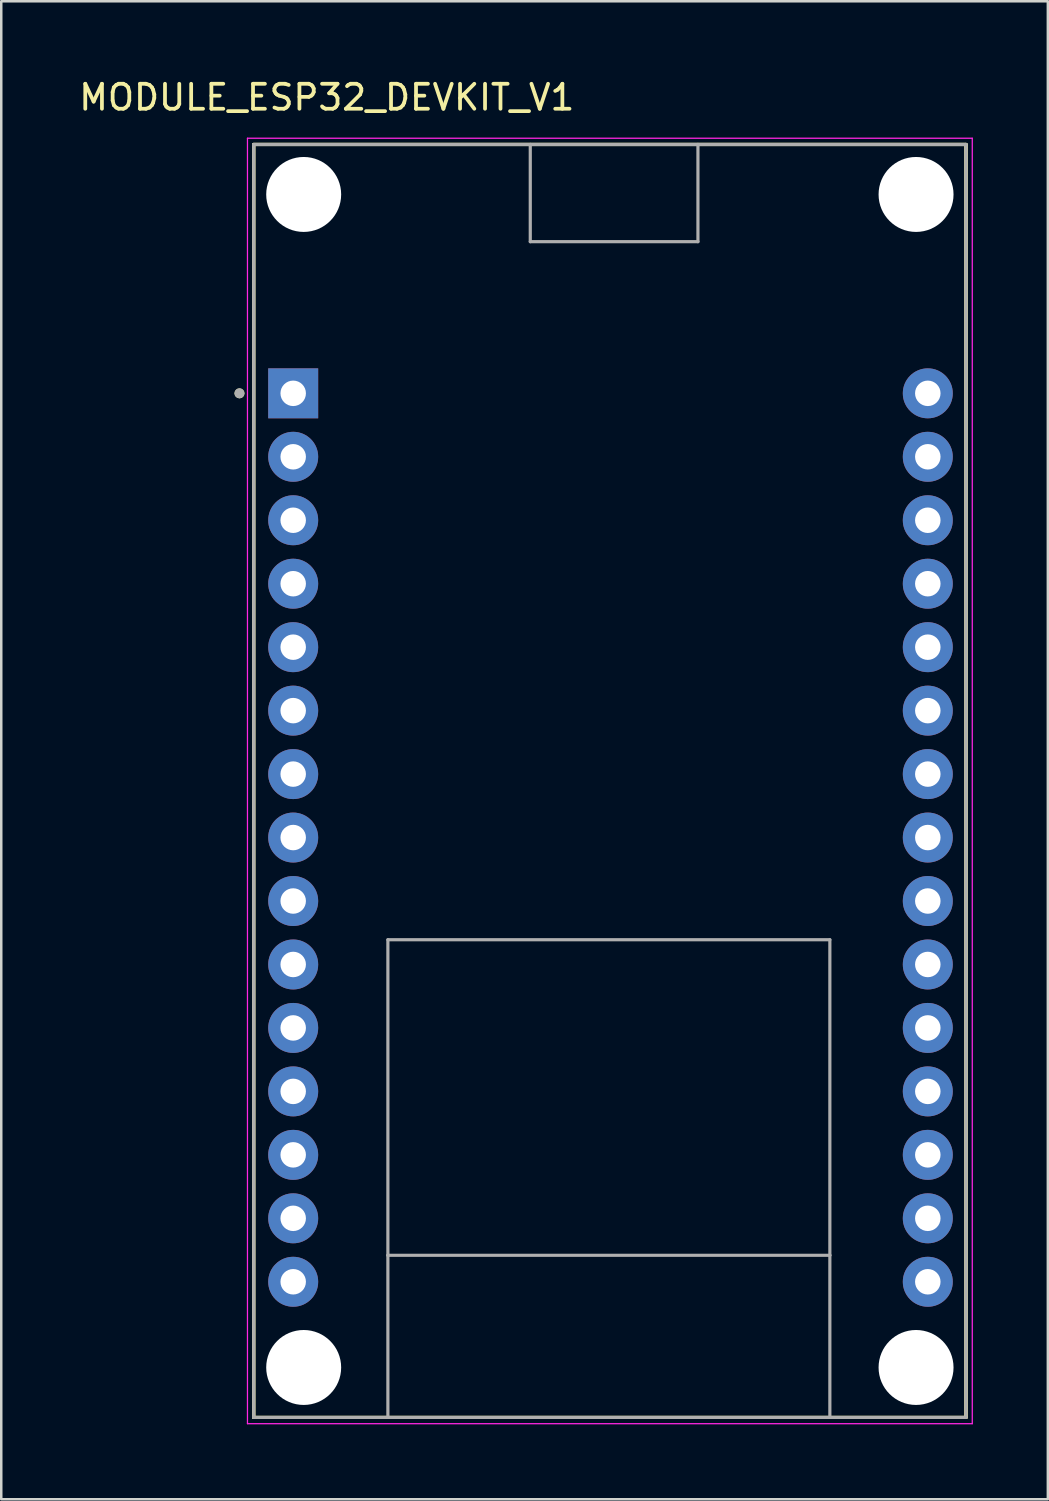
<source format=kicad_pcb>
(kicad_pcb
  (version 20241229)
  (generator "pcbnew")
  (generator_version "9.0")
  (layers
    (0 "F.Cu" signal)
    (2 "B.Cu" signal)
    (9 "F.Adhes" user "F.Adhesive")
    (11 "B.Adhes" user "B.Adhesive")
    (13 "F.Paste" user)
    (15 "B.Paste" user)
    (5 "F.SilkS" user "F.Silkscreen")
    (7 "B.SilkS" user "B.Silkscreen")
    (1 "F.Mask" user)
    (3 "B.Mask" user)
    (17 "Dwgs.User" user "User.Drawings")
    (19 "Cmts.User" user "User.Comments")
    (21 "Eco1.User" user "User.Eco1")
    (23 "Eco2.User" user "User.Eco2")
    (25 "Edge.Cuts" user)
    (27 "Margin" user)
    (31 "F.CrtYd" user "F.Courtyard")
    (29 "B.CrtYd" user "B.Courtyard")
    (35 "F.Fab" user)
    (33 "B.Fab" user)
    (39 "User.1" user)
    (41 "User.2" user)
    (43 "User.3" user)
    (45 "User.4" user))
  (footprint "MODULE_ESP32_DEVKIT_V1"
    (layer "F.Cu")
    (at 21.385 28.208)
    (property "Reference" "MODULE_ESP32_DEVKIT_V1" (at -11.355 -27.36 0) (layer "F.SilkS") (effects (font (size 1 1) (thickness 0.15))))
    (attr through_hole)
    (fp_line (start -14.28 -25.475) (end -3.211 -25.475) (stroke (width 0.127) (type solid)) (layer "F.SilkS"))
    (fp_line (start -14.28 -25.475) (end 14.23 -25.475) (stroke (width 0.127) (type solid)) (layer "F.SilkS"))
    (fp_line (start -14.28 25.475) (end -14.28 -25.475) (stroke (width 0.127) (type solid)) (layer "F.SilkS"))
    (fp_line (start -14.28 25.475) (end -14.28 -25.475) (stroke (width 0.127) (type solid)) (layer "F.SilkS"))
    (fp_line (start -14.28 25.475) (end -8.91 25.475) (stroke (width 0.127) (type solid)) (layer "F.SilkS"))
    (fp_line (start -8.91 25.475) (end 8.78 25.475) (stroke (width 0.127) (type solid)) (layer "F.SilkS"))
    (fp_line (start -3.211 -25.475) (end 3.5 -25.475) (stroke (width 0.127) (type solid)) (layer "F.SilkS"))
    (fp_line (start 3.5 -25.475) (end 14.23 -25.475) (stroke (width 0.127) (type solid)) (layer "F.SilkS"))
    (fp_line (start 8.78 25.475) (end 14.23 25.475) (stroke (width 0.127) (type solid)) (layer "F.SilkS"))
    (fp_line (start 14.23 -25.475) (end 14.23 25.475) (stroke (width 0.127) (type solid)) (layer "F.SilkS"))
    (fp_line (start 14.23 -25.475) (end 14.23 25.475) (stroke (width 0.127) (type solid)) (layer "F.SilkS"))
    (fp_line (start 14.23 25.475) (end -14.28 25.475) (stroke (width 0.127) (type solid)) (layer "F.SilkS"))
    (fp_circle (center -14.85 -15.515) (end -14.75 -15.515) (stroke (width 0.2) (type solid)) (fill no) (layer "F.SilkS"))
    (fp_line (start -14.53 -25.725) (end -14.53 25.725) (stroke (width 0.05) (type solid)) (layer "F.CrtYd"))
    (fp_line (start -14.53 25.725) (end 14.48 25.725) (stroke (width 0.05) (type solid)) (layer "F.CrtYd"))
    (fp_line (start 14.48 -25.725) (end -14.53 -25.725) (stroke (width 0.05) (type solid)) (layer "F.CrtYd"))
    (fp_line (start 14.48 25.725) (end 14.48 -25.725) (stroke (width 0.05) (type solid)) (layer "F.CrtYd"))
    (fp_line (start -14.28 -25.475) (end -3.211 -25.475) (stroke (width 0.127) (type solid)) (layer "F.Fab"))
    (fp_line (start -14.28 25.475) (end -14.28 -25.475) (stroke (width 0.127) (type solid)) (layer "F.Fab"))
    (fp_line (start -14.28 25.475) (end -8.91 25.475) (stroke (width 0.127) (type solid)) (layer "F.Fab"))
    (fp_line (start -8.91 6.355) (end 8.78 6.355) (stroke (width 0.127) (type solid)) (layer "F.Fab"))
    (fp_line (start -8.91 18.985) (end -8.91 6.355) (stroke (width 0.127) (type solid)) (layer "F.Fab"))
    (fp_line (start -8.91 18.985) (end 8.78 18.985) (stroke (width 0.127) (type solid)) (layer "F.Fab"))
    (fp_line (start -8.91 25.475) (end -8.91 18.985) (stroke (width 0.127) (type solid)) (layer "F.Fab"))
    (fp_line (start -8.91 25.475) (end 8.78 25.475) (stroke (width 0.127) (type solid)) (layer "F.Fab"))
    (fp_line (start -3.211 -25.475) (end 3.5 -25.475) (stroke (width 0.127) (type solid)) (layer "F.Fab"))
    (fp_line (start -3.211 -21.585) (end -3.211 -25.475) (stroke (width 0.127) (type solid)) (layer "F.Fab"))
    (fp_line (start 3.5 -25.475) (end 3.5 -21.585) (stroke (width 0.127) (type solid)) (layer "F.Fab"))
    (fp_line (start 3.5 -25.475) (end 14.23 -25.475) (stroke (width 0.127) (type solid)) (layer "F.Fab"))
    (fp_line (start 3.5 -21.585) (end -3.211 -21.585) (stroke (width 0.127) (type solid)) (layer "F.Fab"))
    (fp_line (start 8.78 6.355) (end 8.78 18.985) (stroke (width 0.127) (type solid)) (layer "F.Fab"))
    (fp_line (start 8.78 18.985) (end 8.78 25.475) (stroke (width 0.127) (type solid)) (layer "F.Fab"))
    (fp_line (start 8.78 25.475) (end 14.23 25.475) (stroke (width 0.127) (type solid)) (layer "F.Fab"))
    (fp_line (start 14.23 -25.475) (end 14.23 25.475) (stroke (width 0.127) (type solid)) (layer "F.Fab"))
    (fp_circle (center -14.85 -15.515) (end -14.75 -15.515) (stroke (width 0.2) (type solid)) (fill no) (layer "F.Fab"))
    (pad "" np_thru_hole circle (at -12.28 -23.475) (size 3 3) (drill 3) (layers "*.Cu" "*.Mask"))
    (pad "" np_thru_hole circle (at -12.28 23.475) (size 3 3) (drill 3) (layers "*.Cu" "*.Mask"))
    (pad "" np_thru_hole circle (at 12.23 -23.475) (size 3 3) (drill 3) (layers "*.Cu" "*.Mask"))
    (pad "" np_thru_hole circle (at 12.23 23.475) (size 3 3) (drill 3) (layers "*.Cu" "*.Mask"))
    (pad "1" thru_hole rect (at -12.7 -15.515) (size 2 2) (drill 1.02) (layers "*.Cu" "*.Mask"))
    (pad "2" thru_hole circle (at -12.7 -12.975) (size 2 2) (drill 1.02) (layers "*.Cu" "*.Mask"))
    (pad "3" thru_hole circle (at -12.7 -10.435) (size 2 2) (drill 1.02) (layers "*.Cu" "*.Mask"))
    (pad "4" thru_hole circle (at -12.7 -7.895) (size 2 2) (drill 1.02) (layers "*.Cu" "*.Mask"))
    (pad "5" thru_hole circle (at -12.7 -5.355) (size 2 2) (drill 1.02) (layers "*.Cu" "*.Mask"))
    (pad "6" thru_hole circle (at -12.7 -2.815) (size 2 2) (drill 1.02) (layers "*.Cu" "*.Mask"))
    (pad "7" thru_hole circle (at -12.7 -0.275) (size 2 2) (drill 1.02) (layers "*.Cu" "*.Mask"))
    (pad "8" thru_hole circle (at -12.7 2.265) (size 2 2) (drill 1.02) (layers "*.Cu" "*.Mask"))
    (pad "9" thru_hole circle (at -12.7 4.805) (size 2 2) (drill 1.02) (layers "*.Cu" "*.Mask"))
    (pad "10" thru_hole circle (at -12.7 7.345) (size 2 2) (drill 1.02) (layers "*.Cu" "*.Mask"))
    (pad "11" thru_hole circle (at -12.7 9.885) (size 2 2) (drill 1.02) (layers "*.Cu" "*.Mask"))
    (pad "12" thru_hole circle (at -12.7 12.425) (size 2 2) (drill 1.02) (layers "*.Cu" "*.Mask"))
    (pad "13" thru_hole circle (at -12.7 14.965) (size 2 2) (drill 1.02) (layers "*.Cu" "*.Mask"))
    (pad "14" thru_hole circle (at -12.7 17.505) (size 2 2) (drill 1.02) (layers "*.Cu" "*.Mask"))
    (pad "15" thru_hole circle (at -12.7 20.045) (size 2 2) (drill 1.02) (layers "*.Cu" "*.Mask"))
    (pad "16" thru_hole circle (at 12.7 20.045) (size 2 2) (drill 1.02) (layers "*.Cu" "*.Mask"))
    (pad "17" thru_hole circle (at 12.7 17.505) (size 2 2) (drill 1.02) (layers "*.Cu" "*.Mask"))
    (pad "18" thru_hole circle (at 12.7 14.965) (size 2 2) (drill 1.02) (layers "*.Cu" "*.Mask"))
    (pad "19" thru_hole circle (at 12.7 12.425) (size 2 2) (drill 1.02) (layers "*.Cu" "*.Mask"))
    (pad "20" thru_hole circle (at 12.7 9.885) (size 2 2) (drill 1.02) (layers "*.Cu" "*.Mask"))
    (pad "21" thru_hole circle (at 12.7 7.345) (size 2 2) (drill 1.02) (layers "*.Cu" "*.Mask"))
    (pad "22" thru_hole circle (at 12.7 4.805) (size 2 2) (drill 1.02) (layers "*.Cu" "*.Mask"))
    (pad "23" thru_hole circle (at 12.7 2.265) (size 2 2) (drill 1.02) (layers "*.Cu" "*.Mask"))
    (pad "24" thru_hole circle (at 12.7 -0.275) (size 2 2) (drill 1.02) (layers "*.Cu" "*.Mask"))
    (pad "25" thru_hole circle (at 12.7 -2.815) (size 2 2) (drill 1.02) (layers "*.Cu" "*.Mask"))
    (pad "26" thru_hole circle (at 12.7 -5.355) (size 2 2) (drill 1.02) (layers "*.Cu" "*.Mask"))
    (pad "27" thru_hole circle (at 12.7 -7.895) (size 2 2) (drill 1.02) (layers "*.Cu" "*.Mask"))
    (pad "28" thru_hole circle (at 12.7 -10.435) (size 2 2) (drill 1.02) (layers "*.Cu" "*.Mask"))
    (pad "29" thru_hole circle (at 12.7 -12.975) (size 2 2) (drill 1.02) (layers "*.Cu" "*.Mask"))
    (pad "30" thru_hole circle (at 12.7 -15.515) (size 2 2) (drill 1.02) (layers "*.Cu" "*.Mask"))
    (zone (net_name "") (layer "F.Cu") (hatch full 0.508) (connect_pads) (min_thickness 0.01) (filled_areas_thickness no) (keepout (tracks not_allowed) (vias not_allowed) (pads not_allowed) (copperpour not_allowed) (footprints allowed)) (placement (enabled no)) (fill) (polygon (pts (xy 12.475 47.193) (xy 30.165 47.193) (xy 30.165 53.683) (xy 12.475 53.683))))
    (zone (net_name "") (layers "F.Cu" "B.Cu") (hatch full 0.508) (connect_pads) (min_thickness 0.01) (filled_areas_thickness no) (keepout (tracks allowed) (vias not_allowed) (pads allowed) (copperpour allowed) (footprints allowed)) (placement (enabled no)) (fill) (polygon (pts (xy 12.475 47.193) (xy 30.165 47.193) (xy 30.165 53.683) (xy 12.475 53.683))))
    (zone (net_name "") (layer "B.Cu") (hatch full 0.508) (connect_pads) (min_thickness 0.01) (filled_areas_thickness no) (keepout (tracks not_allowed) (vias not_allowed) (pads not_allowed) (copperpour not_allowed) (footprints allowed)) (placement (enabled no)) (fill) (polygon (pts (xy 12.475 47.193) (xy 30.165 47.193) (xy 30.165 53.683) (xy 12.475 53.683)))))
  (gr_rect
    (start -3 -3)
    (end 38.89 56.958)
    (stroke (width 0.1) (type default))
    (fill no)
    (layer "Edge.Cuts")))
</source>
